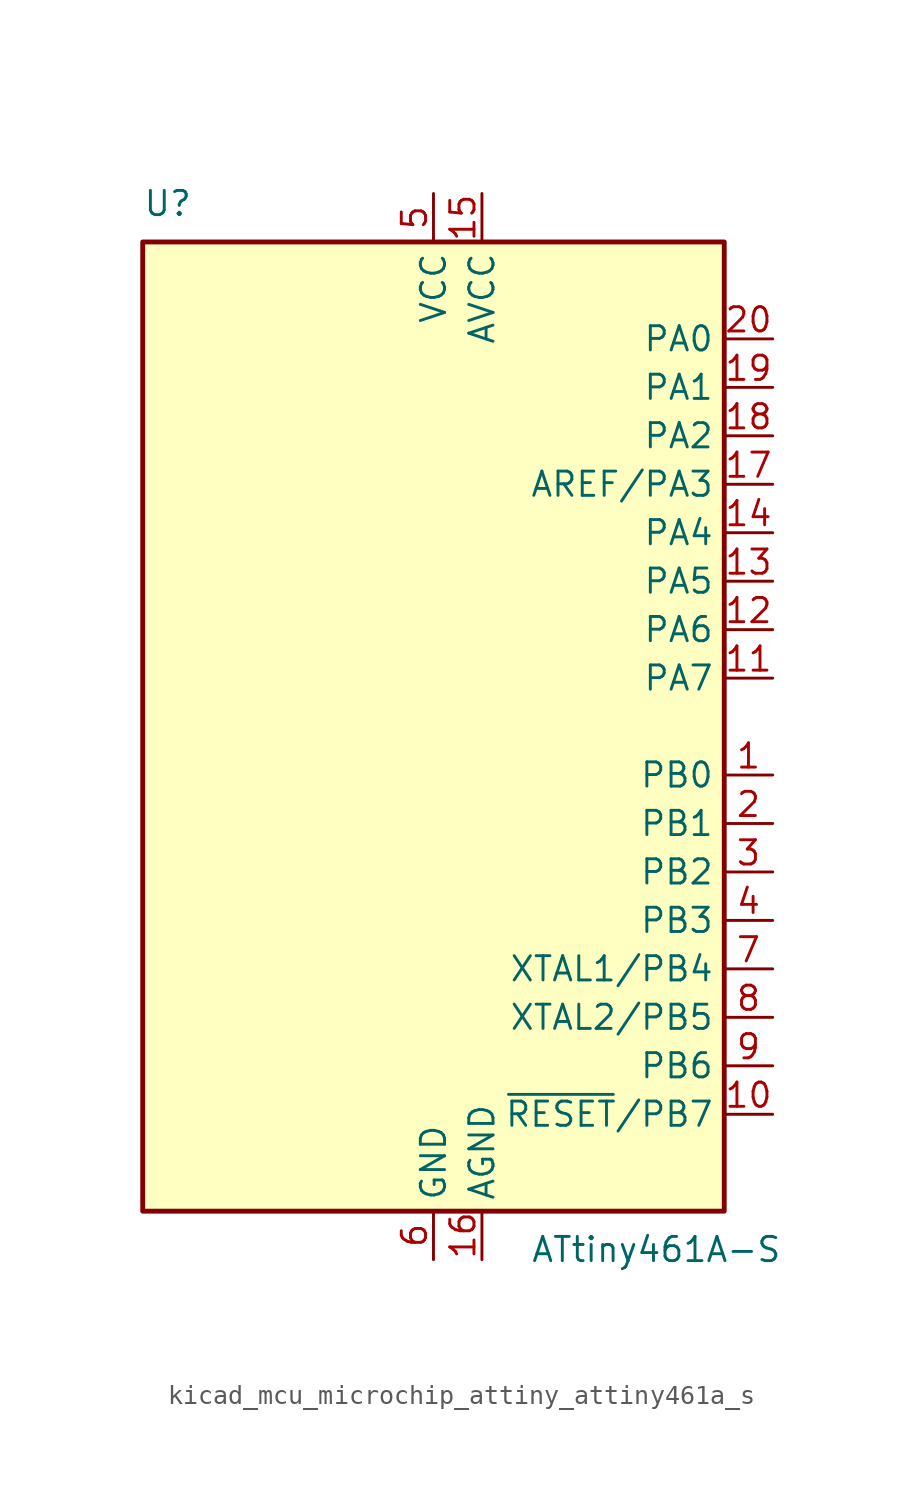
<source format=kicad_sym>
(kicad_symbol_lib
  (version 20220914)
  (generator kicad_symbol_editor)
  (symbol "kicad_mcu_microchip_attiny_attiny461a_s"
    (property "Reference" "U"
      (at -15.24 26.67 0)
      (effects (font (size 1.27 1.27)) (justify left bottom)))
    (property "Value" "ATtiny461A-S"
      (at 5.08 -26.67 0)
      (effects (font (size 1.27 1.27)) (justify left top)))
    (symbol "kicad_mcu_microchip_attiny_attiny461a_s_0_1"
      (rectangle (start -15.24 -25.4) (end 15.24 25.4) (stroke (width 0.254) (type default)) (fill (type background))))
    (symbol "kicad_mcu_microchip_attiny_attiny461a_s_1_1"
      (pin bidirectional line (at 17.78 -2.54 180) (length 2.54) (name "PB0" (effects (font (size 1.27 1.27)))) (number "1" (effects (font (size 1.27 1.27)))))
      (pin bidirectional line (at 17.78 -20.32 180) (length 2.54) (name "~{RESET}/PB7" (effects (font (size 1.27 1.27)))) (number "10" (effects (font (size 1.27 1.27)))))
      (pin bidirectional line (at 17.78 2.54 180) (length 2.54) (name "PA7" (effects (font (size 1.27 1.27)))) (number "11" (effects (font (size 1.27 1.27)))))
      (pin bidirectional line (at 17.78 5.08 180) (length 2.54) (name "PA6" (effects (font (size 1.27 1.27)))) (number "12" (effects (font (size 1.27 1.27)))))
      (pin bidirectional line (at 17.78 7.62 180) (length 2.54) (name "PA5" (effects (font (size 1.27 1.27)))) (number "13" (effects (font (size 1.27 1.27)))))
      (pin bidirectional line (at 17.78 10.16 180) (length 2.54) (name "PA4" (effects (font (size 1.27 1.27)))) (number "14" (effects (font (size 1.27 1.27)))))
      (pin power_in line (at 2.54 27.94 270) (length 2.54) (name "AVCC" (effects (font (size 1.27 1.27)))) (number "15" (effects (font (size 1.27 1.27)))))
      (pin power_in line (at 2.54 -27.94 90) (length 2.54) (name "AGND" (effects (font (size 1.27 1.27)))) (number "16" (effects (font (size 1.27 1.27)))))
      (pin bidirectional line (at 17.78 12.7 180) (length 2.54) (name "AREF/PA3" (effects (font (size 1.27 1.27)))) (number "17" (effects (font (size 1.27 1.27)))))
      (pin bidirectional line (at 17.78 15.24 180) (length 2.54) (name "PA2" (effects (font (size 1.27 1.27)))) (number "18" (effects (font (size 1.27 1.27)))))
      (pin bidirectional line (at 17.78 17.78 180) (length 2.54) (name "PA1" (effects (font (size 1.27 1.27)))) (number "19" (effects (font (size 1.27 1.27)))))
      (pin bidirectional line (at 17.78 -5.08 180) (length 2.54) (name "PB1" (effects (font (size 1.27 1.27)))) (number "2" (effects (font (size 1.27 1.27)))))
      (pin bidirectional line (at 17.78 20.32 180) (length 2.54) (name "PA0" (effects (font (size 1.27 1.27)))) (number "20" (effects (font (size 1.27 1.27)))))
      (pin bidirectional line (at 17.78 -7.62 180) (length 2.54) (name "PB2" (effects (font (size 1.27 1.27)))) (number "3" (effects (font (size 1.27 1.27)))))
      (pin bidirectional line (at 17.78 -10.16 180) (length 2.54) (name "PB3" (effects (font (size 1.27 1.27)))) (number "4" (effects (font (size 1.27 1.27)))))
      (pin power_in line (at 0 27.94 270) (length 2.54) (name "VCC" (effects (font (size 1.27 1.27)))) (number "5" (effects (font (size 1.27 1.27)))))
      (pin power_in line (at 0 -27.94 90) (length 2.54) (name "GND" (effects (font (size 1.27 1.27)))) (number "6" (effects (font (size 1.27 1.27)))))
      (pin bidirectional line (at 17.78 -12.7 180) (length 2.54) (name "XTAL1/PB4" (effects (font (size 1.27 1.27)))) (number "7" (effects (font (size 1.27 1.27)))))
      (pin bidirectional line (at 17.78 -15.24 180) (length 2.54) (name "XTAL2/PB5" (effects (font (size 1.27 1.27)))) (number "8" (effects (font (size 1.27 1.27)))))
      (pin bidirectional line (at 17.78 -17.78 180) (length 2.54) (name "PB6" (effects (font (size 1.27 1.27)))) (number "9" (effects (font (size 1.27 1.27))))))))
</source>
